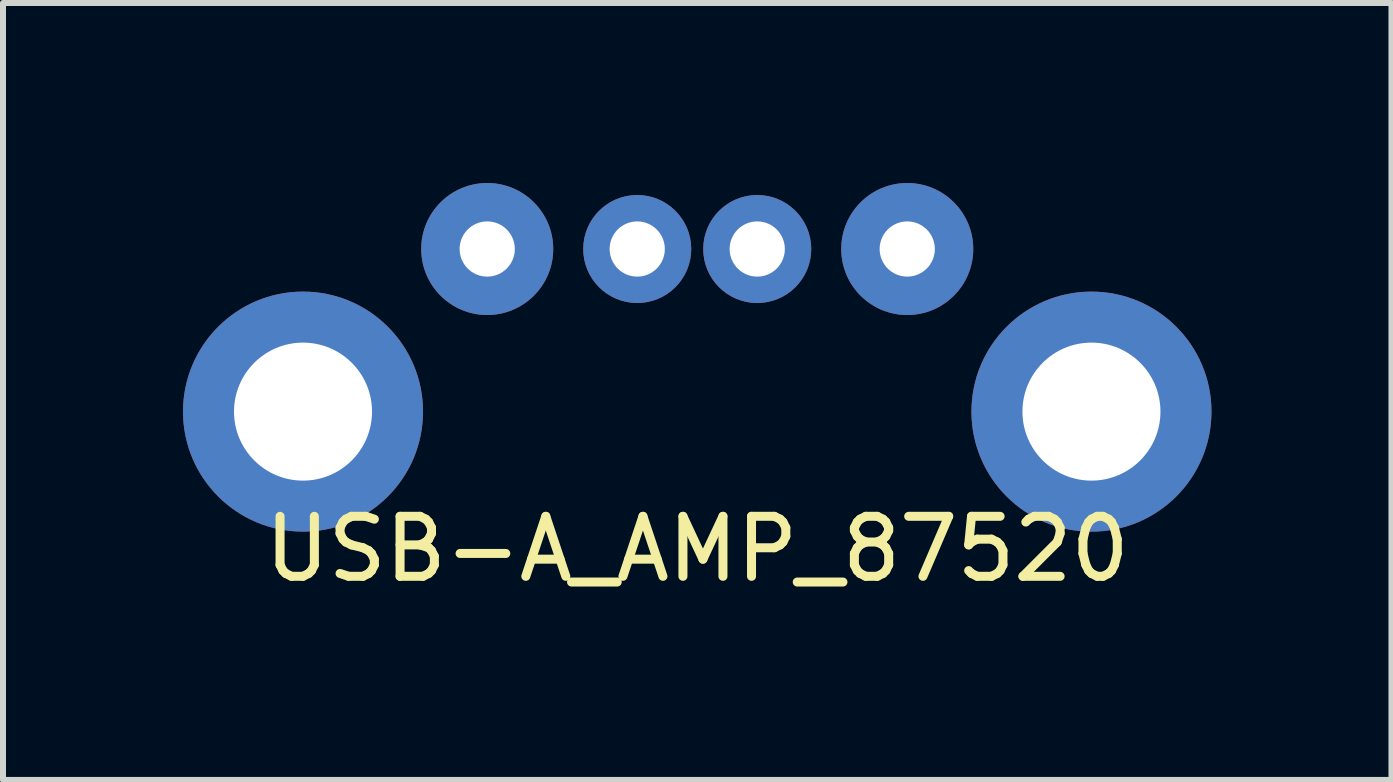
<source format=kicad_pcb>
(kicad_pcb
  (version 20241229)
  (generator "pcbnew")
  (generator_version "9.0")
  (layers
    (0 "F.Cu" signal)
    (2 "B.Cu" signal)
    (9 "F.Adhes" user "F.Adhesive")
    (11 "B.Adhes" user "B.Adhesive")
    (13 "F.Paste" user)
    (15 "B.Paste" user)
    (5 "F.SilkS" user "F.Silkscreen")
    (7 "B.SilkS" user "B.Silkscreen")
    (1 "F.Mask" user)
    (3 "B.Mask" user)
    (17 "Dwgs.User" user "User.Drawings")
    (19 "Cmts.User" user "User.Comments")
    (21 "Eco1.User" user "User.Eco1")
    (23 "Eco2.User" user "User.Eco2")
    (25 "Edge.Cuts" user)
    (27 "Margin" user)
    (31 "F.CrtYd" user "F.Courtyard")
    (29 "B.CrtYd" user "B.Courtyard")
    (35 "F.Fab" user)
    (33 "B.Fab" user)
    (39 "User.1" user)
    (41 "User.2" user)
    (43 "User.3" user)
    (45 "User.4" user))
  (footprint "USB-A_AMP_87520"
    (layer "F.Cu")
    (at 8.57 1.1)
    (property "Reference" "USB-A_AMP_87520" (at 0 5 0) (layer "F.SilkS") (effects (font (size 1 1) (thickness 0.15))))
    (attr through_hole)
    (pad "1" thru_hole circle (at -3.5 0) (size 2.2 2.2) (drill 0.92) (layers "*.Cu" "*.Mask"))
    (pad "2" thru_hole circle (at -1 0) (size 1.8 1.8) (drill 0.92) (layers "*.Cu" "*.Mask"))
    (pad "3" thru_hole circle (at 1 0) (size 1.8 1.8) (drill 0.92) (layers "*.Cu" "*.Mask"))
    (pad "4" thru_hole circle (at 3.5 0) (size 2.2 2.2) (drill 0.92) (layers "*.Cu" "*.Mask"))
    (pad "5" thru_hole circle (at -6.57 2.71) (size 4 4) (drill 2.3) (layers "*.Cu" "*.Mask"))
    (pad "6" thru_hole circle (at 6.57 2.71) (size 4 4) (drill 2.3) (layers "*.Cu" "*.Mask")))
  (gr_rect
    (start -3 -3)
    (end 20.14 9.948)
    (stroke (width 0.1) (type default))
    (fill no)
    (layer "Edge.Cuts")))
</source>
